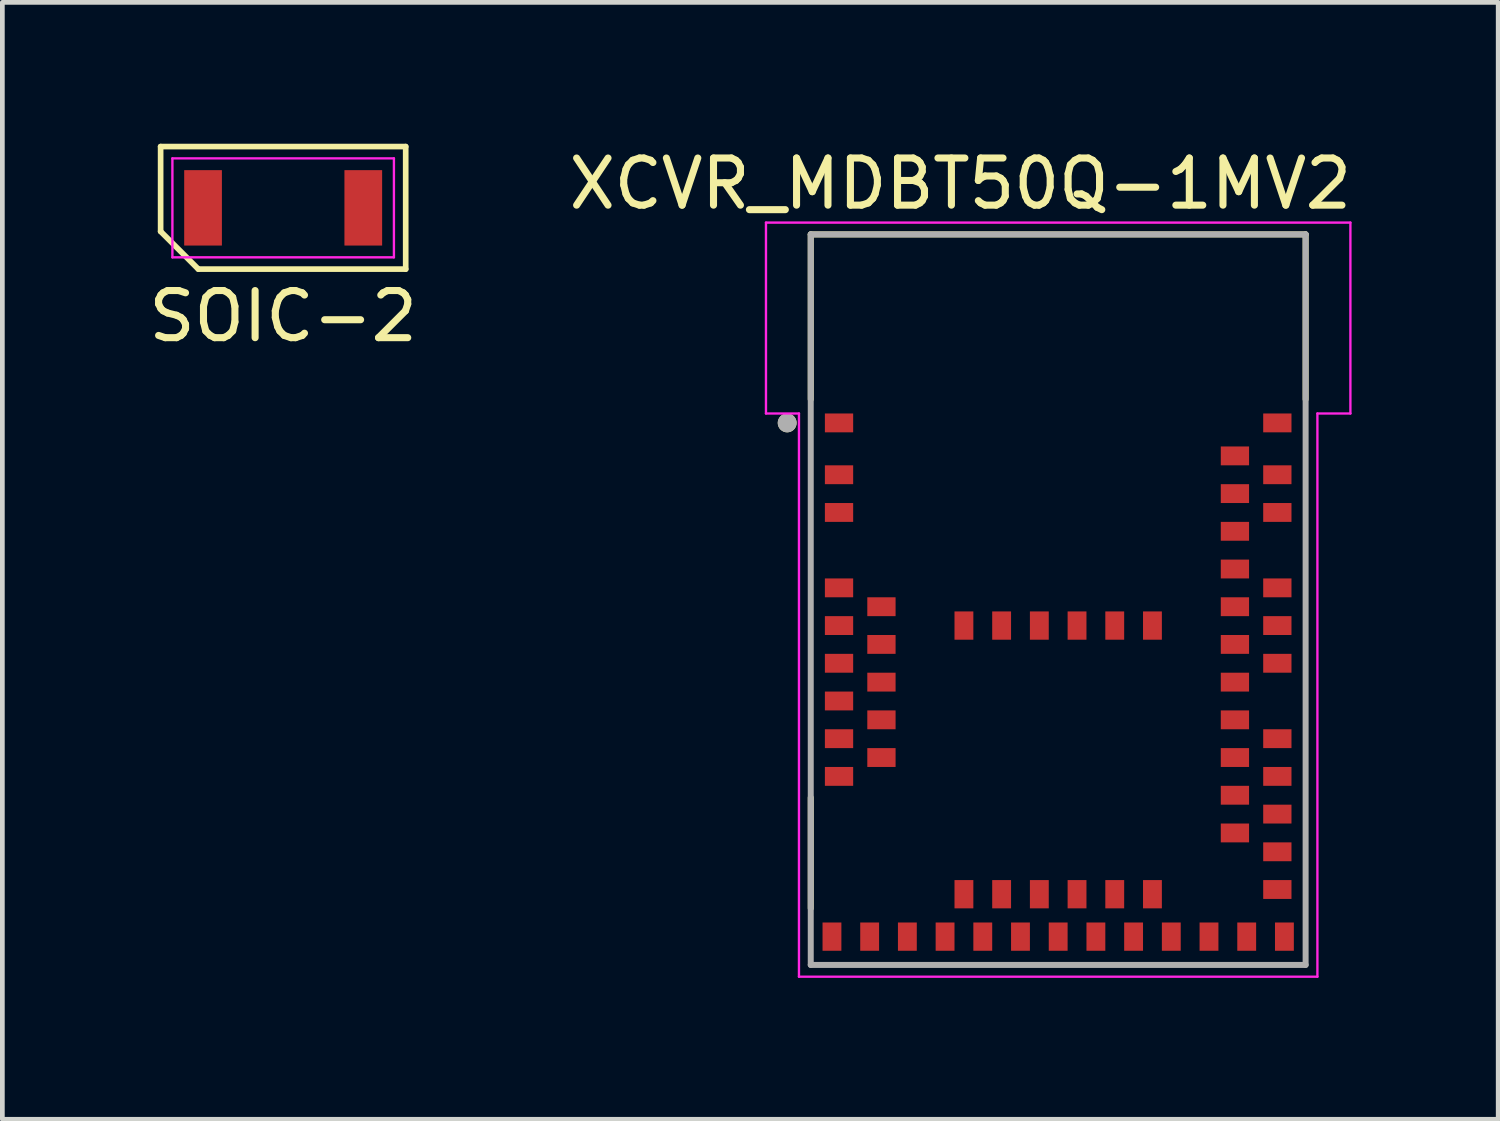
<source format=kicad_pcb>
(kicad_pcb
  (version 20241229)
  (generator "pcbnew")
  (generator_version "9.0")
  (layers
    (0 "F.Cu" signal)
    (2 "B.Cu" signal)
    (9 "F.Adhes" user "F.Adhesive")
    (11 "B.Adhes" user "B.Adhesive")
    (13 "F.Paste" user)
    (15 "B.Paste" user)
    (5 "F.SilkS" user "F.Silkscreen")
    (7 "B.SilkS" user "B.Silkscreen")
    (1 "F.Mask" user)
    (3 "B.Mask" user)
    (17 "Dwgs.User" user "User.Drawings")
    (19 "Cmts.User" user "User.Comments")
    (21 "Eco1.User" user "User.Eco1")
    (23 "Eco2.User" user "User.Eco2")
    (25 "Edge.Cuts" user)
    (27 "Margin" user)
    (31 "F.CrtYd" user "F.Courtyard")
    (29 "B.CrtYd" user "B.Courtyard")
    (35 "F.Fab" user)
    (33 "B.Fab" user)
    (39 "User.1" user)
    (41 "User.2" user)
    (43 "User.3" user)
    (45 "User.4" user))
  (footprint "XCVR_MDBT50Q-1MV2"
    (layer "F.Cu")
    (at 19.402 9.673)
    (property "Reference" "XCVR_MDBT50Q-1MV2" (at -2.075 -8.825 0) (layer "F.SilkS") (effects (font (size 1 1) (thickness 0.15))))
    (attr smd)
    (fp_line (start -5.25 -7.75) (end 5.25 -7.75) (stroke (width 0.127) (type solid)) (layer "F.SilkS"))
    (fp_line (start -5.25 -4.25) (end -5.25 -7.75) (stroke (width 0.127) (type solid)) (layer "F.SilkS"))
    (fp_line (start -5.25 4.2) (end -5.25 6.55) (stroke (width 0.127) (type solid)) (layer "F.SilkS"))
    (fp_line (start 5.25 -7.75) (end 5.25 -4.25) (stroke (width 0.127) (type solid)) (layer "F.SilkS"))
    (fp_circle (center -5.75 -3.75) (end -5.65 -3.75) (stroke (width 0.2) (type solid)) (fill no) (layer "F.SilkS"))
    (fp_line (start -6.2 -8) (end 6.2 -8) (stroke (width 0.05) (type solid)) (layer "F.CrtYd"))
    (fp_line (start -6.2 -3.95) (end -6.2 -8) (stroke (width 0.05) (type solid)) (layer "F.CrtYd"))
    (fp_line (start -5.5 -3.95) (end -6.2 -3.95) (stroke (width 0.05) (type solid)) (layer "F.CrtYd"))
    (fp_line (start -5.5 8) (end -5.5 -3.95) (stroke (width 0.05) (type solid)) (layer "F.CrtYd"))
    (fp_line (start 5.5 -3.95) (end 5.5 8) (stroke (width 0.05) (type solid)) (layer "F.CrtYd"))
    (fp_line (start 5.5 8) (end -5.5 8) (stroke (width 0.05) (type solid)) (layer "F.CrtYd"))
    (fp_line (start 6.2 -8) (end 6.2 -3.95) (stroke (width 0.05) (type solid)) (layer "F.CrtYd"))
    (fp_line (start 6.2 -3.95) (end 5.5 -3.95) (stroke (width 0.05) (type solid)) (layer "F.CrtYd"))
    (fp_line (start -5.25 -7.75) (end 5.25 -7.75) (stroke (width 0.127) (type solid)) (layer "F.Fab"))
    (fp_line (start -5.25 7.75) (end -5.25 -7.75) (stroke (width 0.127) (type solid)) (layer "F.Fab"))
    (fp_line (start 5.25 -7.75) (end 5.25 7.75) (stroke (width 0.127) (type solid)) (layer "F.Fab"))
    (fp_line (start 5.25 7.75) (end -5.25 7.75) (stroke (width 0.127) (type solid)) (layer "F.Fab"))
    (fp_circle (center -5.75 -3.75) (end -5.65 -3.75) (stroke (width 0.2) (type solid)) (fill no) (layer "F.Fab"))
    (pad "1" smd rect (at -4.65 -3.75) (size 0.6 0.4) (layers "F.Cu" "F.Mask" "F.Paste"))
    (pad "2" smd rect (at -4.65 -2.65) (size 0.6 0.4) (layers "F.Cu" "F.Mask" "F.Paste"))
    (pad "3" smd rect (at -4.65 -1.85) (size 0.6 0.4) (layers "F.Cu" "F.Mask" "F.Paste"))
    (pad "4" smd rect (at -4.65 -0.25) (size 0.6 0.4) (layers "F.Cu" "F.Mask" "F.Paste"))
    (pad "5" smd rect (at -3.75 0.15) (size 0.6 0.4) (layers "F.Cu" "F.Mask" "F.Paste"))
    (pad "6" smd rect (at -4.65 0.55) (size 0.6 0.4) (layers "F.Cu" "F.Mask" "F.Paste"))
    (pad "7" smd rect (at -3.75 0.95) (size 0.6 0.4) (layers "F.Cu" "F.Mask" "F.Paste"))
    (pad "8" smd rect (at -4.65 1.35) (size 0.6 0.4) (layers "F.Cu" "F.Mask" "F.Paste"))
    (pad "9" smd rect (at -3.75 1.75) (size 0.6 0.4) (layers "F.Cu" "F.Mask" "F.Paste"))
    (pad "10" smd rect (at -4.65 2.15) (size 0.6 0.4) (layers "F.Cu" "F.Mask" "F.Paste"))
    (pad "11" smd rect (at -3.75 2.55) (size 0.6 0.4) (layers "F.Cu" "F.Mask" "F.Paste"))
    (pad "12" smd rect (at -4.65 2.95) (size 0.6 0.4) (layers "F.Cu" "F.Mask" "F.Paste"))
    (pad "13" smd rect (at -3.75 3.35) (size 0.6 0.4) (layers "F.Cu" "F.Mask" "F.Paste"))
    (pad "14" smd rect (at -4.65 3.75) (size 0.6 0.4) (layers "F.Cu" "F.Mask" "F.Paste"))
    (pad "15" smd rect (at -4.8 7.15) (size 0.4 0.6) (layers "F.Cu" "F.Mask" "F.Paste"))
    (pad "16" smd rect (at -4 7.15) (size 0.4 0.6) (layers "F.Cu" "F.Mask" "F.Paste"))
    (pad "17" smd rect (at -3.2 7.15) (size 0.4 0.6) (layers "F.Cu" "F.Mask" "F.Paste"))
    (pad "18" smd rect (at -2.4 7.15) (size 0.4 0.6) (layers "F.Cu" "F.Mask" "F.Paste"))
    (pad "19" smd rect (at -2 6.25) (size 0.4 0.6) (layers "F.Cu" "F.Mask" "F.Paste"))
    (pad "20" smd rect (at -1.6 7.15) (size 0.4 0.6) (layers "F.Cu" "F.Mask" "F.Paste"))
    (pad "21" smd rect (at -1.2 6.25) (size 0.4 0.6) (layers "F.Cu" "F.Mask" "F.Paste"))
    (pad "22" smd rect (at -0.8 7.15) (size 0.4 0.6) (layers "F.Cu" "F.Mask" "F.Paste"))
    (pad "23" smd rect (at -0.4 6.25) (size 0.4 0.6) (layers "F.Cu" "F.Mask" "F.Paste"))
    (pad "24" smd rect (at 0 7.15) (size 0.4 0.6) (layers "F.Cu" "F.Mask" "F.Paste"))
    (pad "25" smd rect (at 0.4 6.25) (size 0.4 0.6) (layers "F.Cu" "F.Mask" "F.Paste"))
    (pad "26" smd rect (at 0.8 7.15) (size 0.4 0.6) (layers "F.Cu" "F.Mask" "F.Paste"))
    (pad "27" smd rect (at 1.2 6.25) (size 0.4 0.6) (layers "F.Cu" "F.Mask" "F.Paste"))
    (pad "28" smd rect (at 1.6 7.15) (size 0.4 0.6) (layers "F.Cu" "F.Mask" "F.Paste"))
    (pad "29" smd rect (at 2 6.25) (size 0.4 0.6) (layers "F.Cu" "F.Mask" "F.Paste"))
    (pad "30" smd rect (at 2.4 7.15) (size 0.4 0.6) (layers "F.Cu" "F.Mask" "F.Paste"))
    (pad "31" smd rect (at 3.2 7.15) (size 0.4 0.6) (layers "F.Cu" "F.Mask" "F.Paste"))
    (pad "32" smd rect (at 4 7.15) (size 0.4 0.6) (layers "F.Cu" "F.Mask" "F.Paste"))
    (pad "33" smd rect (at 4.8 7.15) (size 0.4 0.6) (layers "F.Cu" "F.Mask" "F.Paste"))
    (pad "34" smd rect (at 4.65 6.15 180) (size 0.6 0.4) (layers "F.Cu" "F.Mask" "F.Paste"))
    (pad "35" smd rect (at 4.65 5.35 180) (size 0.6 0.4) (layers "F.Cu" "F.Mask" "F.Paste"))
    (pad "36" smd rect (at 3.75 4.95 180) (size 0.6 0.4) (layers "F.Cu" "F.Mask" "F.Paste"))
    (pad "37" smd rect (at 4.65 4.55 180) (size 0.6 0.4) (layers "F.Cu" "F.Mask" "F.Paste"))
    (pad "38" smd rect (at 3.75 4.15 180) (size 0.6 0.4) (layers "F.Cu" "F.Mask" "F.Paste"))
    (pad "39" smd rect (at 4.65 3.75 180) (size 0.6 0.4) (layers "F.Cu" "F.Mask" "F.Paste"))
    (pad "40" smd rect (at 3.75 3.35 180) (size 0.6 0.4) (layers "F.Cu" "F.Mask" "F.Paste"))
    (pad "41" smd rect (at 4.65 2.95 180) (size 0.6 0.4) (layers "F.Cu" "F.Mask" "F.Paste"))
    (pad "42" smd rect (at 3.75 2.55 180) (size 0.6 0.4) (layers "F.Cu" "F.Mask" "F.Paste"))
    (pad "43" smd rect (at 3.75 1.75 180) (size 0.6 0.4) (layers "F.Cu" "F.Mask" "F.Paste"))
    (pad "44" smd rect (at 4.65 1.35 180) (size 0.6 0.4) (layers "F.Cu" "F.Mask" "F.Paste"))
    (pad "45" smd rect (at 3.75 0.95 180) (size 0.6 0.4) (layers "F.Cu" "F.Mask" "F.Paste"))
    (pad "46" smd rect (at 4.65 0.55 180) (size 0.6 0.4) (layers "F.Cu" "F.Mask" "F.Paste"))
    (pad "47" smd rect (at 3.75 0.15 180) (size 0.6 0.4) (layers "F.Cu" "F.Mask" "F.Paste"))
    (pad "48" smd rect (at 4.65 -0.25 180) (size 0.6 0.4) (layers "F.Cu" "F.Mask" "F.Paste"))
    (pad "49" smd rect (at 3.75 -0.65 180) (size 0.6 0.4) (layers "F.Cu" "F.Mask" "F.Paste"))
    (pad "50" smd rect (at 3.75 -1.45 180) (size 0.6 0.4) (layers "F.Cu" "F.Mask" "F.Paste"))
    (pad "51" smd rect (at 4.65 -1.85 180) (size 0.6 0.4) (layers "F.Cu" "F.Mask" "F.Paste"))
    (pad "52" smd rect (at 3.75 -2.25 180) (size 0.6 0.4) (layers "F.Cu" "F.Mask" "F.Paste"))
    (pad "53" smd rect (at 4.65 -2.65 180) (size 0.6 0.4) (layers "F.Cu" "F.Mask" "F.Paste"))
    (pad "54" smd rect (at 3.75 -3.05 180) (size 0.6 0.4) (layers "F.Cu" "F.Mask" "F.Paste"))
    (pad "55" smd rect (at 4.65 -3.75 180) (size 0.6 0.4) (layers "F.Cu" "F.Mask" "F.Paste"))
    (pad "56" smd rect (at -2 0.55) (size 0.4 0.6) (layers "F.Cu" "F.Mask" "F.Paste"))
    (pad "57" smd rect (at -1.2 0.55) (size 0.4 0.6) (layers "F.Cu" "F.Mask" "F.Paste"))
    (pad "58" smd rect (at -0.4 0.55) (size 0.4 0.6) (layers "F.Cu" "F.Mask" "F.Paste"))
    (pad "59" smd rect (at 0.4 0.55) (size 0.4 0.6) (layers "F.Cu" "F.Mask" "F.Paste"))
    (pad "60" smd rect (at 1.2 0.55) (size 0.4 0.6) (layers "F.Cu" "F.Mask" "F.Paste"))
    (pad "61" smd rect (at 2 0.55) (size 0.4 0.6) (layers "F.Cu" "F.Mask" "F.Paste"))
    (zone (net_name "") (layer "F.Cu") (hatch full 0.508) (connect_pads) (min_thickness 0.01) (filled_areas_thickness no) (keepout (tracks not_allowed) (vias not_allowed) (pads not_allowed) (copperpour not_allowed) (footprints allowed)) (placement (enabled no)) (fill) (polygon (pts (xy 13.202 1.923) (xy 25.602 1.923) (xy 25.602 5.723) (xy 13.202 5.723))))
    (zone (net_name "") (layer "F.Cu") (hatch full 0.508) (connect_pads) (min_thickness 0.01) (filled_areas_thickness no) (keepout (tracks not_allowed) (vias not_allowed) (pads not_allowed) (copperpour not_allowed) (footprints allowed)) (placement (enabled no)) (fill) (polygon (pts (xy 17.102 5.723) (xy 18.702 5.723) (xy 18.702 6.923) (xy 17.102 6.923))))
    (zone (net_name "") (layers "F.Cu" "B.Cu") (hatch full 0.508) (connect_pads) (min_thickness 0.01) (filled_areas_thickness no) (keepout (tracks allowed) (vias not_allowed) (pads allowed) (copperpour allowed) (footprints allowed)) (placement (enabled no)) (fill) (polygon (pts (xy 13.202 1.923) (xy 25.602 1.923) (xy 25.602 5.723) (xy 13.202 5.723))))
    (zone (net_name "") (layers "F.Cu" "B.Cu") (hatch full 0.508) (connect_pads) (min_thickness 0.01) (filled_areas_thickness no) (keepout (tracks allowed) (vias not_allowed) (pads allowed) (copperpour allowed) (footprints allowed)) (placement (enabled no)) (fill) (polygon (pts (xy 17.102 5.723) (xy 18.702 5.723) (xy 18.702 6.923) (xy 17.102 6.923))))
    (zone (net_name "") (layer "B.Cu") (hatch full 0.508) (connect_pads) (min_thickness 0.01) (filled_areas_thickness no) (keepout (tracks not_allowed) (vias not_allowed) (pads not_allowed) (copperpour not_allowed) (footprints allowed)) (placement (enabled no)) (fill) (polygon (pts (xy 13.202 1.923) (xy 25.602 1.923) (xy 25.602 5.723) (xy 13.202 5.723)))))
  (footprint "SOIC-2"
    (layer "F.Cu")
    (at 2.958 1.36)
    (property "Reference" "SOIC-2" (at 0 2.3 0) (layer "F.SilkS") (effects (font (size 1 1) (thickness 0.15))))
    (attr smd)
    (fp_line (start -2.6 -1.3) (end 2.6 -1.3) (stroke (width 0.12) (type solid)) (layer "F.SilkS"))
    (fp_line (start -2.6 0.5) (end -2.6 -1.3) (stroke (width 0.12) (type solid)) (layer "F.SilkS"))
    (fp_line (start -1.8 1.3) (end -2.6 0.5) (stroke (width 0.12) (type solid)) (layer "F.SilkS"))
    (fp_line (start 2.6 -1.3) (end 2.6 1.3) (stroke (width 0.12) (type solid)) (layer "F.SilkS"))
    (fp_line (start 2.6 1.3) (end -1.8 1.3) (stroke (width 0.12) (type solid)) (layer "F.SilkS"))
    (fp_line (start -2.35 -1.05) (end 2.35 -1.05) (stroke (width 0.05) (type solid)) (layer "F.CrtYd"))
    (fp_line (start -2.35 1.05) (end -2.35 -1.05) (stroke (width 0.05) (type solid)) (layer "F.CrtYd"))
    (fp_line (start 2.35 -1.05) (end 2.35 1.05) (stroke (width 0.05) (type solid)) (layer "F.CrtYd"))
    (fp_line (start 2.35 1.05) (end -2.35 1.05) (stroke (width 0.05) (type solid)) (layer "F.CrtYd"))
    (pad "1" smd rect (at -1.7 0) (size 0.8 1.6) (layers "F.Cu" "F.Mask" "F.Paste"))
    (pad "2" smd rect (at 1.7 0) (size 0.8 1.6) (layers "F.Cu" "F.Mask" "F.Paste")))
  (gr_rect
    (start -3 -3)
    (end 28.738 20.698)
    (stroke (width 0.1) (type default))
    (fill no)
    (layer "Edge.Cuts")))
</source>
